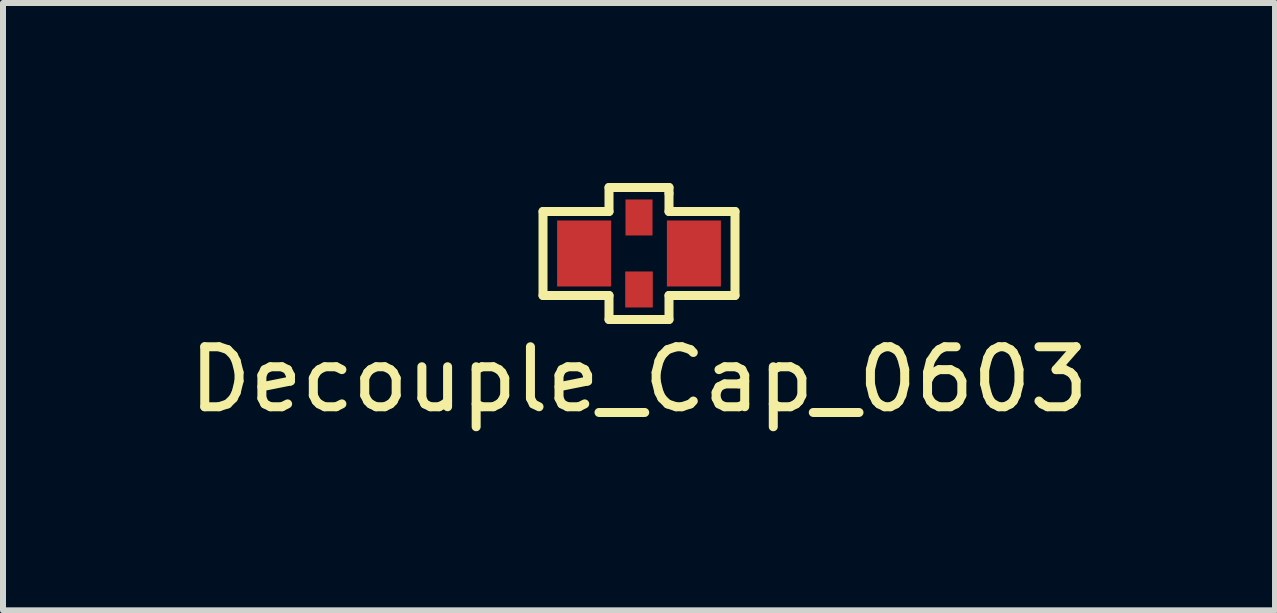
<source format=kicad_pcb>
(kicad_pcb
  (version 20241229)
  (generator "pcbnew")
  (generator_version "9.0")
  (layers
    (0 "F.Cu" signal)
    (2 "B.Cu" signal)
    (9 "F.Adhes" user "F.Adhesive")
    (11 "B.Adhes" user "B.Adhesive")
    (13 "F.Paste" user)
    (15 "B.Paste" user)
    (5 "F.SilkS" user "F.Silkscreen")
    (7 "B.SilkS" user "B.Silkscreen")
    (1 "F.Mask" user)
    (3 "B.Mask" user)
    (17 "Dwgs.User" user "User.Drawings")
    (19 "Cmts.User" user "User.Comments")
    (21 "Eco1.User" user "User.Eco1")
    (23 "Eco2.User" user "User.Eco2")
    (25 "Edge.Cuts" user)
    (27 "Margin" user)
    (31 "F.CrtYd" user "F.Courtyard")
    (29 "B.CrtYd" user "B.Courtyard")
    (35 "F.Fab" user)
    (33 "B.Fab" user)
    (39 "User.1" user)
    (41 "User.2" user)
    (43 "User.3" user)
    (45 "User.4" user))
  (footprint "Decouple_Cap_0603"
    (layer "F.Cu")
    (at 7.601 1.175)
    (property "Reference" "Decouple_Cap_0603" (at 0 2.1 0) (layer "F.SilkS") (effects (font (size 1 1) (thickness 0.15))))
    (attr through_hole)
    (fp_line (start -1.6 -0.7) (end -1.6 0.7) (stroke (width 0.15) (type solid)) (layer "F.SilkS"))
    (fp_line (start -1.6 0.7) (end -0.5 0.7) (stroke (width 0.15) (type solid)) (layer "F.SilkS"))
    (fp_line (start -0.5 -1.1) (end -0.5 -0.7) (stroke (width 0.15) (type solid)) (layer "F.SilkS"))
    (fp_line (start -0.5 -0.7) (end -1.6 -0.7) (stroke (width 0.15) (type solid)) (layer "F.SilkS"))
    (fp_line (start -0.5 0.7) (end -0.5 1.1) (stroke (width 0.15) (type solid)) (layer "F.SilkS"))
    (fp_line (start -0.5 1.1) (end 0.5 1.1) (stroke (width 0.15) (type solid)) (layer "F.SilkS"))
    (fp_line (start 0.5 -1.1) (end -0.5 -1.1) (stroke (width 0.15) (type solid)) (layer "F.SilkS"))
    (fp_line (start 0.5 -1) (end 0.5 -1.1) (stroke (width 0.15) (type solid)) (layer "F.SilkS"))
    (fp_line (start 0.5 -0.7) (end 0.5 -1) (stroke (width 0.15) (type solid)) (layer "F.SilkS"))
    (fp_line (start 0.5 0.7) (end 1.6 0.7) (stroke (width 0.15) (type solid)) (layer "F.SilkS"))
    (fp_line (start 0.5 1.1) (end 0.5 0.7) (stroke (width 0.15) (type solid)) (layer "F.SilkS"))
    (fp_line (start 1.6 -0.7) (end 0.5 -0.7) (stroke (width 0.15) (type solid)) (layer "F.SilkS"))
    (fp_line (start 1.6 0.7) (end 1.6 -0.7) (stroke (width 0.15) (type solid)) (layer "F.SilkS"))
    (pad "1" smd rect (at -0.915 0) (size 0.9 1.1) (layers "F.Cu" "F.Mask" "F.Paste"))
    (pad "2" smd rect (at 0 -0.6) (size 0.45 0.6) (layers "F.Cu" "F.Mask" "F.Paste"))
    (pad "2" smd rect (at 0 0.6) (size 0.46 0.6) (layers "F.Cu" "F.Mask" "F.Paste"))
    (pad "3" smd rect (at 0.915 0) (size 0.9 1.1) (layers "F.Cu" "F.Mask" "F.Paste")))
  (gr_rect
    (start -3 -3)
    (end 18.202 7.123)
    (stroke (width 0.1) (type default))
    (fill no)
    (layer "Edge.Cuts")))
</source>
